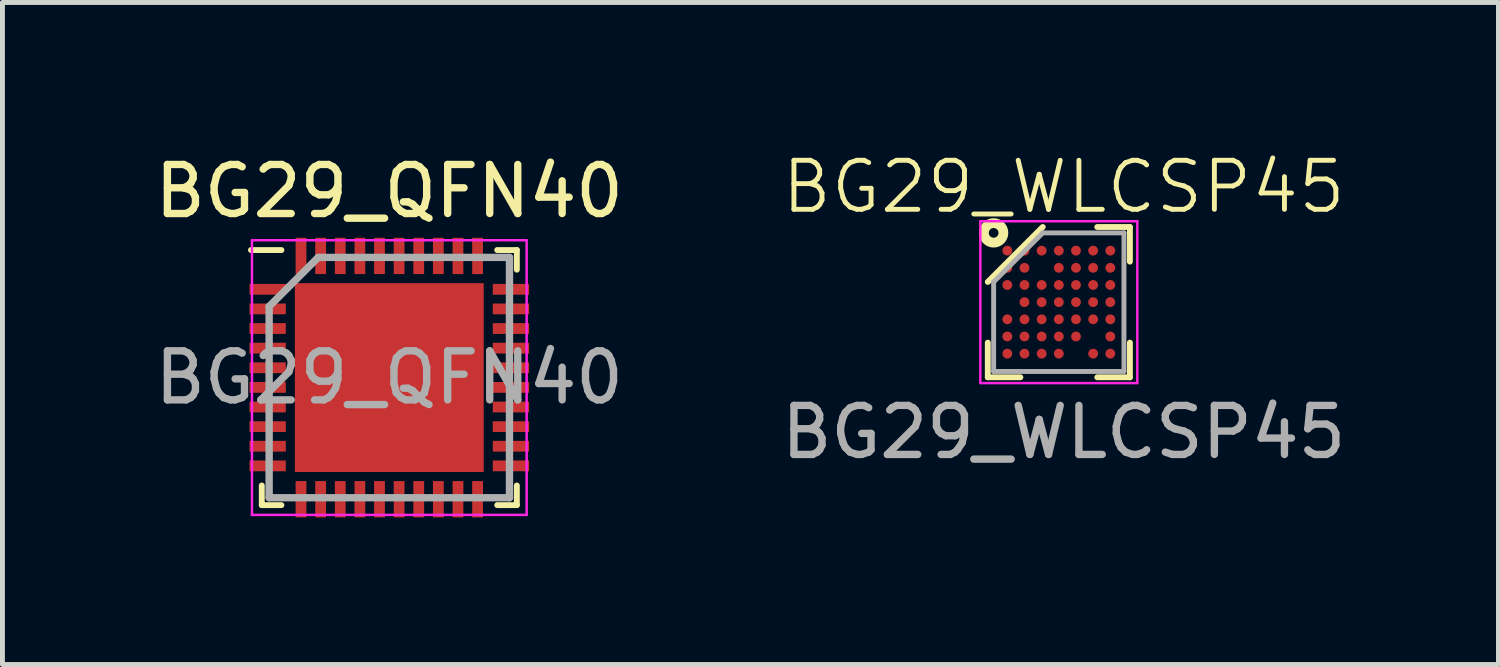
<source format=kicad_pcb>
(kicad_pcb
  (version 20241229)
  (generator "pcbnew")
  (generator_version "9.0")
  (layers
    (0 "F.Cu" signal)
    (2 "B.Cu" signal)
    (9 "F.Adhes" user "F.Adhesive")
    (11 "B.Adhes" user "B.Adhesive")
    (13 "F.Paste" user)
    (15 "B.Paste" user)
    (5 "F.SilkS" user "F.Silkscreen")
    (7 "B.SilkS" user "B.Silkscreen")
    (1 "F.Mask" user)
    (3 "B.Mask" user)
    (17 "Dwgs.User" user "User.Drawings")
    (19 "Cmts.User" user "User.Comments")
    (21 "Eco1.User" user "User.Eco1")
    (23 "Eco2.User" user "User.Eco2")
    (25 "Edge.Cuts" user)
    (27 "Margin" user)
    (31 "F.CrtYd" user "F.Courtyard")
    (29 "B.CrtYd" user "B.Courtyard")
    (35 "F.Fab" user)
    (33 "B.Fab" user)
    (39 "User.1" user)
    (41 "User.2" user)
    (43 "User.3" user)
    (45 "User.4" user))
  (footprint "BG29_QFN40"
    (layer "F.Cu")
    (at 4.887 4.648)
    (property "Reference" "BG29_QFN40" (at 0 -3.8 0) (layer "F.SilkS") (effects (font (size 1 1) (thickness 0.15))))
    (attr smd)
    (fp_line (start -2.6 2.6) (end -2.6 2.2) (stroke (width 0.12) (type default)) (layer "F.SilkS"))
    (fp_line (start -2.2 -2.6) (end -2.82 -2.6) (stroke (width 0.12) (type default)) (layer "F.SilkS"))
    (fp_line (start -2.2 2.6) (end -2.6 2.6) (stroke (width 0.12) (type default)) (layer "F.SilkS"))
    (fp_line (start 2.2 -2.6) (end 2.6 -2.6) (stroke (width 0.12) (type default)) (layer "F.SilkS"))
    (fp_line (start 2.2 2.6) (end 2.6 2.6) (stroke (width 0.12) (type default)) (layer "F.SilkS"))
    (fp_line (start 2.6 -2.6) (end 2.6 -2.2) (stroke (width 0.12) (type default)) (layer "F.SilkS"))
    (fp_line (start 2.6 2.6) (end 2.6 2.2) (stroke (width 0.12) (type default)) (layer "F.SilkS"))
    (fp_line (start -2.8 -2.8) (end 2.8 -2.8) (stroke (width 0.05) (type default)) (layer "F.CrtYd"))
    (fp_line (start -2.8 2.8) (end -2.8 -2.8) (stroke (width 0.05) (type default)) (layer "F.CrtYd"))
    (fp_line (start 2.8 -2.8) (end 2.8 2.8) (stroke (width 0.05) (type default)) (layer "F.CrtYd"))
    (fp_line (start 2.8 2.8) (end -2.8 2.8) (stroke (width 0.05) (type default)) (layer "F.CrtYd"))
    (fp_line (start -2.45 -1.45) (end -2.45 2.45) (stroke (width 0.15) (type default)) (layer "F.Fab"))
    (fp_line (start -2.45 2.45) (end 2.45 2.45) (stroke (width 0.15) (type default)) (layer "F.Fab"))
    (fp_line (start -1.45 -2.45) (end -2.45 -1.45) (stroke (width 0.15) (type default)) (layer "F.Fab"))
    (fp_line (start 2.45 -2.45) (end -1.45 -2.45) (stroke (width 0.15) (type default)) (layer "F.Fab"))
    (fp_line (start 2.45 2.45) (end 2.45 -2.45) (stroke (width 0.15) (type default)) (layer "F.Fab"))
    (fp_text user "${REFERENCE}" (at 0 0 0) (layer "F.Fab") (effects (font (size 1 1) (thickness 0.15))))
    (pad "" smd rect (at -1.444 -1.444) (size 0.212 0.212) (layers "F.Paste"))
    (pad "" smd rect (at -1.444 -0.481) (size 0.212 0.212) (layers "F.Paste"))
    (pad "" smd rect (at -1.444 0.481) (size 0.212 0.212) (layers "F.Paste"))
    (pad "" smd rect (at -1.444 1.444) (size 0.212 0.212) (layers "F.Paste"))
    (pad "" smd rect (at -0.481 -1.444) (size 0.212 0.212) (layers "F.Paste"))
    (pad "" smd rect (at -0.481 -0.481) (size 0.212 0.212) (layers "F.Paste"))
    (pad "" smd rect (at -0.481 0.481) (size 0.212 0.212) (layers "F.Paste"))
    (pad "" smd rect (at -0.481 1.444) (size 0.212 0.212) (layers "F.Paste"))
    (pad "" smd rect (at 0.481 -1.444) (size 0.212 0.212) (layers "F.Paste"))
    (pad "" smd rect (at 0.481 -0.481) (size 0.212 0.212) (layers "F.Paste"))
    (pad "" smd rect (at 0.481 0.481) (size 0.212 0.212) (layers "F.Paste"))
    (pad "" smd rect (at 0.481 1.444) (size 0.212 0.212) (layers "F.Paste"))
    (pad "" smd rect (at 1.444 -1.444) (size 0.212 0.212) (layers "F.Paste"))
    (pad "" smd rect (at 1.444 -0.481) (size 0.212 0.212) (layers "F.Paste"))
    (pad "" smd rect (at 1.444 0.481) (size 0.212 0.212) (layers "F.Paste"))
    (pad "" smd rect (at 1.444 1.444) (size 0.212 0.212) (layers "F.Paste"))
    (pad "1" smd rect (at -2.48 -1.8 90) (size 0.22 0.74) (layers "F.Cu" "F.Mask" "F.Paste"))
    (pad "2" smd rect (at -2.48 -1.4 90) (size 0.22 0.74) (layers "F.Cu" "F.Mask" "F.Paste"))
    (pad "3" smd rect (at -2.48 -1 90) (size 0.22 0.74) (layers "F.Cu" "F.Mask" "F.Paste"))
    (pad "4" smd rect (at -2.48 -0.6 90) (size 0.22 0.74) (layers "F.Cu" "F.Mask" "F.Paste"))
    (pad "5" smd rect (at -2.48 -0.2 90) (size 0.22 0.74) (layers "F.Cu" "F.Mask" "F.Paste"))
    (pad "6" smd rect (at -2.48 0.2 90) (size 0.22 0.74) (layers "F.Cu" "F.Mask" "F.Paste"))
    (pad "7" smd rect (at -2.48 0.6 90) (size 0.22 0.74) (layers "F.Cu" "F.Mask" "F.Paste"))
    (pad "8" smd rect (at -2.48 1 90) (size 0.22 0.74) (layers "F.Cu" "F.Mask" "F.Paste"))
    (pad "9" smd rect (at -2.48 1.4 90) (size 0.22 0.74) (layers "F.Cu" "F.Mask" "F.Paste"))
    (pad "10" smd rect (at -2.48 1.8 90) (size 0.22 0.74) (layers "F.Cu" "F.Mask" "F.Paste"))
    (pad "11" smd rect (at -1.8 2.48) (size 0.22 0.74) (layers "F.Cu" "F.Mask" "F.Paste"))
    (pad "12" smd rect (at -1.4 2.48) (size 0.22 0.74) (layers "F.Cu" "F.Mask" "F.Paste"))
    (pad "13" smd rect (at -1 2.48) (size 0.22 0.74) (layers "F.Cu" "F.Mask" "F.Paste"))
    (pad "14" smd rect (at -0.6 2.48) (size 0.22 0.74) (layers "F.Cu" "F.Mask" "F.Paste"))
    (pad "15" smd rect (at -0.2 2.48) (size 0.22 0.74) (layers "F.Cu" "F.Mask" "F.Paste"))
    (pad "16" smd rect (at 0.2 2.48) (size 0.22 0.74) (layers "F.Cu" "F.Mask" "F.Paste"))
    (pad "17" smd rect (at 0.6 2.48) (size 0.22 0.74) (layers "F.Cu" "F.Mask" "F.Paste"))
    (pad "18" smd rect (at 1 2.48) (size 0.22 0.74) (layers "F.Cu" "F.Mask" "F.Paste"))
    (pad "19" smd rect (at 1.4 2.48) (size 0.22 0.74) (layers "F.Cu" "F.Mask" "F.Paste"))
    (pad "20" smd rect (at 1.8 2.48) (size 0.22 0.74) (layers "F.Cu" "F.Mask" "F.Paste"))
    (pad "21" smd rect (at 2.48 1.8 90) (size 0.22 0.74) (layers "F.Cu" "F.Mask" "F.Paste"))
    (pad "22" smd rect (at 2.48 1.4 90) (size 0.22 0.74) (layers "F.Cu" "F.Mask" "F.Paste"))
    (pad "23" smd rect (at 2.48 1 90) (size 0.22 0.74) (layers "F.Cu" "F.Mask" "F.Paste"))
    (pad "24" smd rect (at 2.48 0.6 90) (size 0.22 0.74) (layers "F.Cu" "F.Mask" "F.Paste"))
    (pad "25" smd rect (at 2.48 0.2 90) (size 0.22 0.74) (layers "F.Cu" "F.Mask" "F.Paste"))
    (pad "26" smd rect (at 2.48 -0.2 90) (size 0.22 0.74) (layers "F.Cu" "F.Mask" "F.Paste"))
    (pad "27" smd rect (at 2.48 -0.6 90) (size 0.22 0.74) (layers "F.Cu" "F.Mask" "F.Paste"))
    (pad "28" smd rect (at 2.48 -1 90) (size 0.22 0.74) (layers "F.Cu" "F.Mask" "F.Paste"))
    (pad "29" smd rect (at 2.48 -1.4 90) (size 0.22 0.74) (layers "F.Cu" "F.Mask" "F.Paste"))
    (pad "30" smd rect (at 2.48 -1.8 90) (size 0.22 0.74) (layers "F.Cu" "F.Mask" "F.Paste"))
    (pad "31" smd rect (at 1.8 -2.48) (size 0.22 0.74) (layers "F.Cu" "F.Mask" "F.Paste"))
    (pad "32" smd rect (at 1.4 -2.48) (size 0.22 0.74) (layers "F.Cu" "F.Mask" "F.Paste"))
    (pad "33" smd rect (at 1 -2.48) (size 0.22 0.74) (layers "F.Cu" "F.Mask" "F.Paste"))
    (pad "34" smd rect (at 0.6 -2.48) (size 0.22 0.74) (layers "F.Cu" "F.Mask" "F.Paste"))
    (pad "35" smd rect (at 0.2 -2.48) (size 0.22 0.74) (layers "F.Cu" "F.Mask" "F.Paste"))
    (pad "36" smd rect (at -0.2 -2.48) (size 0.22 0.74) (layers "F.Cu" "F.Mask" "F.Paste"))
    (pad "37" smd rect (at -0.6 -2.48) (size 0.22 0.74) (layers "F.Cu" "F.Mask" "F.Paste"))
    (pad "38" smd rect (at -1 -2.48) (size 0.22 0.74) (layers "F.Cu" "F.Mask" "F.Paste"))
    (pad "39" smd rect (at -1.4 -2.48) (size 0.22 0.74) (layers "F.Cu" "F.Mask" "F.Paste"))
    (pad "40" smd rect (at -1.8 -2.48) (size 0.22 0.74) (layers "F.Cu" "F.Mask" "F.Paste"))
    (pad "41" smd rect (at 0 0) (size 3.85 3.85) (layers "F.Cu" "F.Mask")))
  (footprint "BG29_WLCSP45"
    (layer "F.Cu")
    (at 18.637 1.76)
    (property "Reference" "BG29_WLCSP45" (at 0 -1 0) (unlocked yes) (layer "F.SilkS") (effects (font (size 1 1) (thickness 0.1))))
    (attr smd)
    (fp_line (start -1.548 2.882) (end -1.548 2.176) (stroke (width 0.12) (type default)) (layer "F.SilkS"))
    (fp_line (start -0.884 2.882) (end -1.548 2.882) (stroke (width 0.12) (type default)) (layer "F.SilkS"))
    (fp_line (start -0.428 -0.182) (end -1.548 0.938) (stroke (width 0.12) (type default)) (layer "F.SilkS"))
    (fp_line (start 0.684 -0.182) (end 1.349 -0.182) (stroke (width 0.12) (type default)) (layer "F.SilkS"))
    (fp_line (start 0.684 2.882) (end 1.349 2.882) (stroke (width 0.12) (type default)) (layer "F.SilkS"))
    (fp_line (start 1.349 -0.182) (end 1.349 0.524) (stroke (width 0.12) (type default)) (layer "F.SilkS"))
    (fp_line (start 1.349 2.882) (end 1.349 2.176) (stroke (width 0.12) (type default)) (layer "F.SilkS"))
    (fp_circle (center -1.429 -0.062) (end -1.429 0.037) (stroke (width 0.2) (type default)) (fill no) (layer "F.SilkS"))
    (fp_line (start -1.7 -0.3) (end 1.5 -0.3) (stroke (width 0.05) (type default)) (layer "F.CrtYd"))
    (fp_line (start -1.7 3) (end -1.7 -0.3) (stroke (width 0.05) (type default)) (layer "F.CrtYd"))
    (fp_line (start 1.5 -0.3) (end 1.5 3) (stroke (width 0.05) (type default)) (layer "F.CrtYd"))
    (fp_line (start 1.5 3) (end -1.7 3) (stroke (width 0.05) (type default)) (layer "F.CrtYd"))
    (fp_line (start -1.429 0.938) (end -1.429 2.763) (stroke (width 0.1) (type default)) (layer "F.Fab"))
    (fp_line (start -1.429 2.763) (end 1.228 2.763) (stroke (width 0.1) (type default)) (layer "F.Fab"))
    (fp_line (start -0.428 -0.062) (end -1.429 0.938) (stroke (width 0.1) (type default)) (layer "F.Fab"))
    (fp_line (start 1.228 -0.062) (end -0.428 -0.062) (stroke (width 0.1) (type default)) (layer "F.Fab"))
    (fp_line (start 1.228 2.763) (end 1.228 -0.062) (stroke (width 0.1) (type default)) (layer "F.Fab"))
    (fp_text user "${REFERENCE}" (at 0 4 0) (layer "F.Fab") (effects (font (size 1 1) (thickness 0.15))))
    (pad "A1" smd circle (at -1.15 0.3) (size 0.2 0.2) (layers "F.Cu" "F.Mask" "F.Paste"))
    (pad "A2" smd circle (at -0.8 0.3) (size 0.2 0.2) (layers "F.Cu" "F.Mask" "F.Paste"))
    (pad "A3" smd circle (at -0.45 0.3) (size 0.2 0.2) (layers "F.Cu" "F.Mask" "F.Paste"))
    (pad "A4" smd circle (at -0.1 0.3) (size 0.2 0.2) (layers "F.Cu" "F.Mask" "F.Paste"))
    (pad "A5" smd circle (at 0.25 0.3) (size 0.2 0.2) (layers "F.Cu" "F.Mask" "F.Paste"))
    (pad "A6" smd circle (at 0.6 0.3) (size 0.2 0.2) (layers "F.Cu" "F.Mask" "F.Paste"))
    (pad "A7" smd circle (at 0.95 0.3) (size 0.2 0.2) (layers "F.Cu" "F.Mask" "F.Paste"))
    (pad "B1" smd circle (at -1.15 0.65) (size 0.2 0.2) (layers "F.Cu" "F.Mask" "F.Paste"))
    (pad "B2" smd circle (at -0.8 0.65) (size 0.2 0.2) (layers "F.Cu" "F.Mask" "F.Paste"))
    (pad "B4" smd circle (at -0.1 0.65) (size 0.2 0.2) (layers "F.Cu" "F.Mask" "F.Paste"))
    (pad "B5" smd circle (at 0.25 0.65) (size 0.2 0.2) (layers "F.Cu" "F.Mask" "F.Paste"))
    (pad "B6" smd circle (at 0.6 0.65) (size 0.2 0.2) (layers "F.Cu" "F.Mask" "F.Paste"))
    (pad "B7" smd circle (at 0.95 0.65) (size 0.2 0.2) (layers "F.Cu" "F.Mask" "F.Paste"))
    (pad "C1" smd circle (at -1.15 1) (size 0.2 0.2) (layers "F.Cu" "F.Mask" "F.Paste"))
    (pad "C2" smd circle (at -0.8 1) (size 0.2 0.2) (layers "F.Cu" "F.Mask" "F.Paste"))
    (pad "C3" smd circle (at -0.45 1) (size 0.2 0.2) (layers "F.Cu" "F.Mask" "F.Paste"))
    (pad "C4" smd circle (at -0.1 1) (size 0.2 0.2) (layers "F.Cu" "F.Mask" "F.Paste"))
    (pad "C5" smd circle (at 0.25 1) (size 0.2 0.2) (layers "F.Cu" "F.Mask" "F.Paste"))
    (pad "C6" smd circle (at 0.6 1) (size 0.2 0.2) (layers "F.Cu" "F.Mask" "F.Paste"))
    (pad "C7" smd circle (at 0.95 1) (size 0.2 0.2) (layers "F.Cu" "F.Mask" "F.Paste"))
    (pad "D2" smd circle (at -0.8 1.35) (size 0.2 0.2) (layers "F.Cu" "F.Mask" "F.Paste"))
    (pad "D3" smd circle (at -0.45 1.35) (size 0.2 0.2) (layers "F.Cu" "F.Mask" "F.Paste"))
    (pad "D4" smd circle (at -0.1 1.35) (size 0.2 0.2) (layers "F.Cu" "F.Mask" "F.Paste"))
    (pad "D5" smd circle (at 0.25 1.35) (size 0.2 0.2) (layers "F.Cu" "F.Mask" "F.Paste"))
    (pad "D6" smd circle (at 0.6 1.35) (size 0.2 0.2) (layers "F.Cu" "F.Mask" "F.Paste"))
    (pad "D7" smd circle (at 0.95 1.35) (size 0.2 0.2) (layers "F.Cu" "F.Mask" "F.Paste"))
    (pad "E1" smd circle (at -1.15 1.7) (size 0.2 0.2) (layers "F.Cu" "F.Mask" "F.Paste"))
    (pad "E2" smd circle (at -0.8 1.7) (size 0.2 0.2) (layers "F.Cu" "F.Mask" "F.Paste"))
    (pad "E3" smd circle (at -0.45 1.7) (size 0.2 0.2) (layers "F.Cu" "F.Mask" "F.Paste"))
    (pad "E4" smd circle (at -0.1 1.7) (size 0.2 0.2) (layers "F.Cu" "F.Mask" "F.Paste"))
    (pad "E5" smd circle (at 0.25 1.7) (size 0.2 0.2) (layers "F.Cu" "F.Mask" "F.Paste"))
    (pad "E6" smd circle (at 0.6 1.7) (size 0.2 0.2) (layers "F.Cu" "F.Mask" "F.Paste"))
    (pad "E7" smd circle (at 0.95 1.7) (size 0.2 0.2) (layers "F.Cu" "F.Mask" "F.Paste"))
    (pad "F1" smd circle (at -1.15 2.05) (size 0.2 0.2) (layers "F.Cu" "F.Mask" "F.Paste"))
    (pad "F2" smd circle (at -0.8 2.05) (size 0.2 0.2) (layers "F.Cu" "F.Mask" "F.Paste"))
    (pad "F3" smd circle (at -0.45 2.05) (size 0.2 0.2) (layers "F.Cu" "F.Mask" "F.Paste"))
    (pad "F4" smd circle (at -0.1 2.05) (size 0.2 0.2) (layers "F.Cu" "F.Mask" "F.Paste"))
    (pad "F5" smd circle (at 0.25 2.05) (size 0.2 0.2) (layers "F.Cu" "F.Mask" "F.Paste"))
    (pad "F7" smd circle (at 0.95 2.05) (size 0.2 0.2) (layers "F.Cu" "F.Mask" "F.Paste"))
    (pad "G1" smd circle (at -1.15 2.4) (size 0.2 0.2) (layers "F.Cu" "F.Mask" "F.Paste"))
    (pad "G2" smd circle (at -0.8 2.4) (size 0.2 0.2) (layers "F.Cu" "F.Mask" "F.Paste"))
    (pad "G3" smd circle (at -0.45 2.4) (size 0.2 0.2) (layers "F.Cu" "F.Mask" "F.Paste"))
    (pad "G4" smd circle (at -0.1 2.4) (size 0.2 0.2) (layers "F.Cu" "F.Mask" "F.Paste"))
    (pad "G6" smd circle (at 0.6 2.4) (size 0.2 0.2) (layers "F.Cu" "F.Mask" "F.Paste"))
    (pad "G7" smd circle (at 0.95 2.4) (size 0.2 0.2) (layers "F.Cu" "F.Mask" "F.Paste")))
  (gr_rect
    (start -3 -3)
    (end 27.5 10.498)
    (stroke (width 0.1) (type default))
    (fill no)
    (layer "Edge.Cuts")))
</source>
